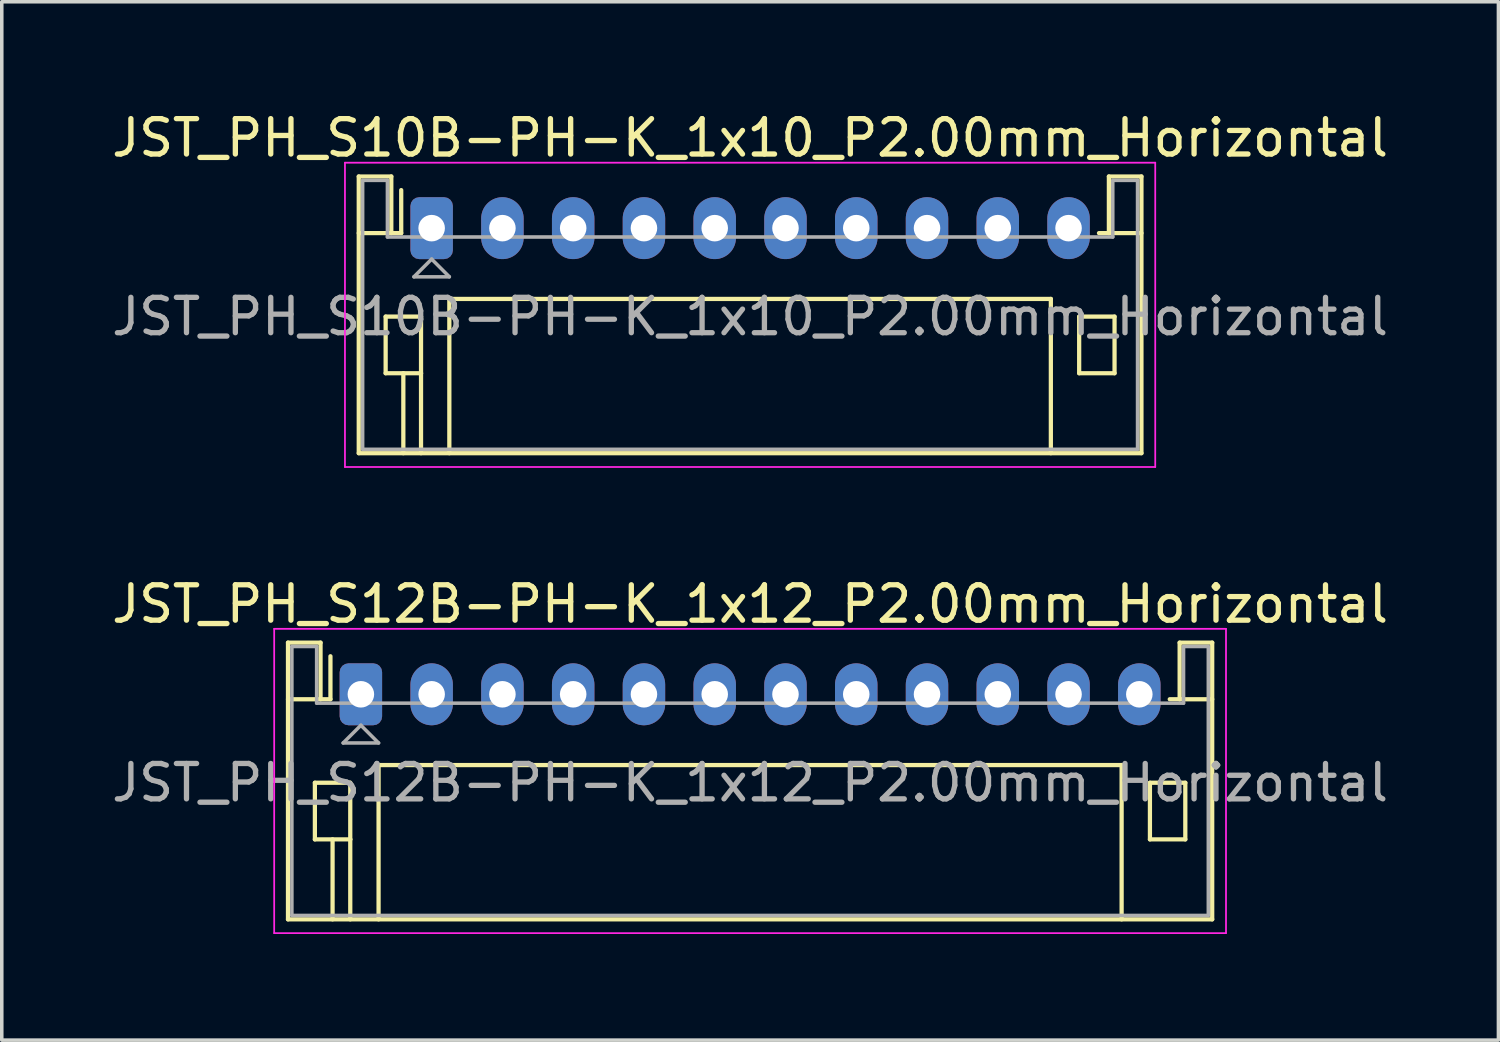
<source format=kicad_pcb>
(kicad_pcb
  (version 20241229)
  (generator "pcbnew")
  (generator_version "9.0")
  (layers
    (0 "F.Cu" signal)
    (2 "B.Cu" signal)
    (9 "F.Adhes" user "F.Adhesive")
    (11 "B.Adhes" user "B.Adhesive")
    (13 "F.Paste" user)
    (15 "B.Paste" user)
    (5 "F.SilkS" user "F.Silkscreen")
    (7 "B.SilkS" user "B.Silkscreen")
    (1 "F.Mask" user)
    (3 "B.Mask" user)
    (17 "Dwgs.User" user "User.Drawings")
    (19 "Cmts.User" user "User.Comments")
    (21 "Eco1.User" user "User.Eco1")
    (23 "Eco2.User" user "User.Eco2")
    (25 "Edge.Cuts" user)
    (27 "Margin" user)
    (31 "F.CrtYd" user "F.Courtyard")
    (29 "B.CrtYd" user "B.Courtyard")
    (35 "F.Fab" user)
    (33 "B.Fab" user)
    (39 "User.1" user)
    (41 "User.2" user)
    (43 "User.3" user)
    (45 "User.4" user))
  (footprint "JST_PH_S10B-PH-K_1x10_P2.00mm_Horizontal"
    (layer "F.Cu")
    (at 9.149 3.398)
    (property "Reference" "JST_PH_S10B-PH-K_1x10_P2.00mm_Horizontal" (at 9 -2.55 0) (layer "F.SilkS") (effects (font (size 1 1) (thickness 0.15))))
    (attr through_hole)
    (fp_line (start -2.06 -1.46) (end -2.06 6.36) (stroke (width 0.12) (type solid)) (layer "F.SilkS"))
    (fp_line (start -2.06 0.14) (end -1.14 0.14) (stroke (width 0.12) (type solid)) (layer "F.SilkS"))
    (fp_line (start -2.06 6.36) (end 20.06 6.36) (stroke (width 0.12) (type solid)) (layer "F.SilkS"))
    (fp_line (start -1.3 2.5) (end -1.3 4.1) (stroke (width 0.12) (type solid)) (layer "F.SilkS"))
    (fp_line (start -1.3 4.1) (end -0.3 4.1) (stroke (width 0.12) (type solid)) (layer "F.SilkS"))
    (fp_line (start -1.14 -1.46) (end -2.06 -1.46) (stroke (width 0.12) (type solid)) (layer "F.SilkS"))
    (fp_line (start -1.14 0.14) (end -1.14 -1.46) (stroke (width 0.12) (type solid)) (layer "F.SilkS"))
    (fp_line (start -0.86 0.14) (end -1.14 0.14) (stroke (width 0.12) (type solid)) (layer "F.SilkS"))
    (fp_line (start -0.86 0.14) (end -0.86 -1.075) (stroke (width 0.12) (type solid)) (layer "F.SilkS"))
    (fp_line (start -0.8 4.1) (end -0.8 6.36) (stroke (width 0.12) (type solid)) (layer "F.SilkS"))
    (fp_line (start -0.3 2.5) (end -1.3 2.5) (stroke (width 0.12) (type solid)) (layer "F.SilkS"))
    (fp_line (start -0.3 4.1) (end -0.3 2.5) (stroke (width 0.12) (type solid)) (layer "F.SilkS"))
    (fp_line (start -0.3 4.1) (end -0.3 6.36) (stroke (width 0.12) (type solid)) (layer "F.SilkS"))
    (fp_line (start 0.5 2) (end 17.5 2) (stroke (width 0.12) (type solid)) (layer "F.SilkS"))
    (fp_line (start 0.5 6.36) (end 0.5 2) (stroke (width 0.12) (type solid)) (layer "F.SilkS"))
    (fp_line (start 17.5 2) (end 17.5 6.36) (stroke (width 0.12) (type solid)) (layer "F.SilkS"))
    (fp_line (start 18.3 2.5) (end 19.3 2.5) (stroke (width 0.12) (type solid)) (layer "F.SilkS"))
    (fp_line (start 18.3 4.1) (end 18.3 2.5) (stroke (width 0.12) (type solid)) (layer "F.SilkS"))
    (fp_line (start 19.14 -1.46) (end 19.14 0.14) (stroke (width 0.12) (type solid)) (layer "F.SilkS"))
    (fp_line (start 19.14 0.14) (end 18.86 0.14) (stroke (width 0.12) (type solid)) (layer "F.SilkS"))
    (fp_line (start 19.3 2.5) (end 19.3 4.1) (stroke (width 0.12) (type solid)) (layer "F.SilkS"))
    (fp_line (start 19.3 4.1) (end 18.3 4.1) (stroke (width 0.12) (type solid)) (layer "F.SilkS"))
    (fp_line (start 20.06 -1.46) (end 19.14 -1.46) (stroke (width 0.12) (type solid)) (layer "F.SilkS"))
    (fp_line (start 20.06 0.14) (end 19.14 0.14) (stroke (width 0.12) (type solid)) (layer "F.SilkS"))
    (fp_line (start 20.06 6.36) (end 20.06 -1.46) (stroke (width 0.12) (type solid)) (layer "F.SilkS"))
    (fp_line (start -2.45 -1.85) (end -2.45 6.75) (stroke (width 0.05) (type solid)) (layer "F.CrtYd"))
    (fp_line (start -2.45 6.75) (end 20.45 6.75) (stroke (width 0.05) (type solid)) (layer "F.CrtYd"))
    (fp_line (start 20.45 -1.85) (end -2.45 -1.85) (stroke (width 0.05) (type solid)) (layer "F.CrtYd"))
    (fp_line (start 20.45 6.75) (end 20.45 -1.85) (stroke (width 0.05) (type solid)) (layer "F.CrtYd"))
    (fp_line (start -1.95 -1.35) (end -1.95 6.25) (stroke (width 0.1) (type solid)) (layer "F.Fab"))
    (fp_line (start -1.95 6.25) (end 19.95 6.25) (stroke (width 0.1) (type solid)) (layer "F.Fab"))
    (fp_line (start -1.25 -1.35) (end -1.95 -1.35) (stroke (width 0.1) (type solid)) (layer "F.Fab"))
    (fp_line (start -1.25 0.25) (end -1.25 -1.35) (stroke (width 0.1) (type solid)) (layer "F.Fab"))
    (fp_line (start -0.5 1.375) (end 0.5 1.375) (stroke (width 0.1) (type solid)) (layer "F.Fab"))
    (fp_line (start 0 0.875) (end -0.5 1.375) (stroke (width 0.1) (type solid)) (layer "F.Fab"))
    (fp_line (start 0.5 1.375) (end 0 0.875) (stroke (width 0.1) (type solid)) (layer "F.Fab"))
    (fp_line (start 19.25 -1.35) (end 19.25 0.25) (stroke (width 0.1) (type solid)) (layer "F.Fab"))
    (fp_line (start 19.25 0.25) (end -1.25 0.25) (stroke (width 0.1) (type solid)) (layer "F.Fab"))
    (fp_line (start 19.95 -1.35) (end 19.25 -1.35) (stroke (width 0.1) (type solid)) (layer "F.Fab"))
    (fp_line (start 19.95 6.25) (end 19.95 -1.35) (stroke (width 0.1) (type solid)) (layer "F.Fab"))
    (fp_text user "${REFERENCE}" (at 9 2.5 0) (layer "F.Fab") (effects (font (size 1 1) (thickness 0.15))))
    (pad "1" thru_hole roundrect (at 0 0) (size 1.2 1.75) (drill 0.75) (layers "*.Cu" "*.Mask") (roundrect_rratio 0.208))
    (pad "2" thru_hole oval (at 2 0) (size 1.2 1.75) (drill 0.75) (layers "*.Cu" "*.Mask"))
    (pad "3" thru_hole oval (at 4 0) (size 1.2 1.75) (drill 0.75) (layers "*.Cu" "*.Mask"))
    (pad "4" thru_hole oval (at 6 0) (size 1.2 1.75) (drill 0.75) (layers "*.Cu" "*.Mask"))
    (pad "5" thru_hole oval (at 8 0) (size 1.2 1.75) (drill 0.75) (layers "*.Cu" "*.Mask"))
    (pad "6" thru_hole oval (at 10 0) (size 1.2 1.75) (drill 0.75) (layers "*.Cu" "*.Mask"))
    (pad "7" thru_hole oval (at 12 0) (size 1.2 1.75) (drill 0.75) (layers "*.Cu" "*.Mask"))
    (pad "8" thru_hole oval (at 14 0) (size 1.2 1.75) (drill 0.75) (layers "*.Cu" "*.Mask"))
    (pad "9" thru_hole oval (at 16 0) (size 1.2 1.75) (drill 0.75) (layers "*.Cu" "*.Mask"))
    (pad "10" thru_hole oval (at 18 0) (size 1.2 1.75) (drill 0.75) (layers "*.Cu" "*.Mask")))
  (footprint "JST_PH_S12B-PH-K_1x12_P2.00mm_Horizontal"
    (layer "F.Cu")
    (at 7.149 16.572)
    (property "Reference" "JST_PH_S12B-PH-K_1x12_P2.00mm_Horizontal" (at 11 -2.55 0) (layer "F.SilkS") (effects (font (size 1 1) (thickness 0.15))))
    (attr through_hole)
    (fp_line (start -2.06 -1.46) (end -2.06 6.36) (stroke (width 0.12) (type solid)) (layer "F.SilkS"))
    (fp_line (start -2.06 0.14) (end -1.14 0.14) (stroke (width 0.12) (type solid)) (layer "F.SilkS"))
    (fp_line (start -2.06 6.36) (end 24.06 6.36) (stroke (width 0.12) (type solid)) (layer "F.SilkS"))
    (fp_line (start -1.3 2.5) (end -1.3 4.1) (stroke (width 0.12) (type solid)) (layer "F.SilkS"))
    (fp_line (start -1.3 4.1) (end -0.3 4.1) (stroke (width 0.12) (type solid)) (layer "F.SilkS"))
    (fp_line (start -1.14 -1.46) (end -2.06 -1.46) (stroke (width 0.12) (type solid)) (layer "F.SilkS"))
    (fp_line (start -1.14 0.14) (end -1.14 -1.46) (stroke (width 0.12) (type solid)) (layer "F.SilkS"))
    (fp_line (start -0.86 0.14) (end -1.14 0.14) (stroke (width 0.12) (type solid)) (layer "F.SilkS"))
    (fp_line (start -0.86 0.14) (end -0.86 -1.075) (stroke (width 0.12) (type solid)) (layer "F.SilkS"))
    (fp_line (start -0.8 4.1) (end -0.8 6.36) (stroke (width 0.12) (type solid)) (layer "F.SilkS"))
    (fp_line (start -0.3 2.5) (end -1.3 2.5) (stroke (width 0.12) (type solid)) (layer "F.SilkS"))
    (fp_line (start -0.3 4.1) (end -0.3 2.5) (stroke (width 0.12) (type solid)) (layer "F.SilkS"))
    (fp_line (start -0.3 4.1) (end -0.3 6.36) (stroke (width 0.12) (type solid)) (layer "F.SilkS"))
    (fp_line (start 0.5 2) (end 21.5 2) (stroke (width 0.12) (type solid)) (layer "F.SilkS"))
    (fp_line (start 0.5 6.36) (end 0.5 2) (stroke (width 0.12) (type solid)) (layer "F.SilkS"))
    (fp_line (start 21.5 2) (end 21.5 6.36) (stroke (width 0.12) (type solid)) (layer "F.SilkS"))
    (fp_line (start 22.3 2.5) (end 23.3 2.5) (stroke (width 0.12) (type solid)) (layer "F.SilkS"))
    (fp_line (start 22.3 4.1) (end 22.3 2.5) (stroke (width 0.12) (type solid)) (layer "F.SilkS"))
    (fp_line (start 23.14 -1.46) (end 23.14 0.14) (stroke (width 0.12) (type solid)) (layer "F.SilkS"))
    (fp_line (start 23.14 0.14) (end 22.86 0.14) (stroke (width 0.12) (type solid)) (layer "F.SilkS"))
    (fp_line (start 23.3 2.5) (end 23.3 4.1) (stroke (width 0.12) (type solid)) (layer "F.SilkS"))
    (fp_line (start 23.3 4.1) (end 22.3 4.1) (stroke (width 0.12) (type solid)) (layer "F.SilkS"))
    (fp_line (start 24.06 -1.46) (end 23.14 -1.46) (stroke (width 0.12) (type solid)) (layer "F.SilkS"))
    (fp_line (start 24.06 0.14) (end 23.14 0.14) (stroke (width 0.12) (type solid)) (layer "F.SilkS"))
    (fp_line (start 24.06 6.36) (end 24.06 -1.46) (stroke (width 0.12) (type solid)) (layer "F.SilkS"))
    (fp_line (start -2.45 -1.85) (end -2.45 6.75) (stroke (width 0.05) (type solid)) (layer "F.CrtYd"))
    (fp_line (start -2.45 6.75) (end 24.45 6.75) (stroke (width 0.05) (type solid)) (layer "F.CrtYd"))
    (fp_line (start 24.45 -1.85) (end -2.45 -1.85) (stroke (width 0.05) (type solid)) (layer "F.CrtYd"))
    (fp_line (start 24.45 6.75) (end 24.45 -1.85) (stroke (width 0.05) (type solid)) (layer "F.CrtYd"))
    (fp_line (start -1.95 -1.35) (end -1.95 6.25) (stroke (width 0.1) (type solid)) (layer "F.Fab"))
    (fp_line (start -1.95 6.25) (end 23.95 6.25) (stroke (width 0.1) (type solid)) (layer "F.Fab"))
    (fp_line (start -1.25 -1.35) (end -1.95 -1.35) (stroke (width 0.1) (type solid)) (layer "F.Fab"))
    (fp_line (start -1.25 0.25) (end -1.25 -1.35) (stroke (width 0.1) (type solid)) (layer "F.Fab"))
    (fp_line (start -0.5 1.375) (end 0.5 1.375) (stroke (width 0.1) (type solid)) (layer "F.Fab"))
    (fp_line (start 0 0.875) (end -0.5 1.375) (stroke (width 0.1) (type solid)) (layer "F.Fab"))
    (fp_line (start 0.5 1.375) (end 0 0.875) (stroke (width 0.1) (type solid)) (layer "F.Fab"))
    (fp_line (start 23.25 -1.35) (end 23.25 0.25) (stroke (width 0.1) (type solid)) (layer "F.Fab"))
    (fp_line (start 23.25 0.25) (end -1.25 0.25) (stroke (width 0.1) (type solid)) (layer "F.Fab"))
    (fp_line (start 23.95 -1.35) (end 23.25 -1.35) (stroke (width 0.1) (type solid)) (layer "F.Fab"))
    (fp_line (start 23.95 6.25) (end 23.95 -1.35) (stroke (width 0.1) (type solid)) (layer "F.Fab"))
    (fp_text user "${REFERENCE}" (at 11 2.5 0) (layer "F.Fab") (effects (font (size 1 1) (thickness 0.15))))
    (pad "1" thru_hole roundrect (at 0 0) (size 1.2 1.75) (drill 0.75) (layers "*.Cu" "*.Mask") (roundrect_rratio 0.208))
    (pad "2" thru_hole oval (at 2 0) (size 1.2 1.75) (drill 0.75) (layers "*.Cu" "*.Mask"))
    (pad "3" thru_hole oval (at 4 0) (size 1.2 1.75) (drill 0.75) (layers "*.Cu" "*.Mask"))
    (pad "4" thru_hole oval (at 6 0) (size 1.2 1.75) (drill 0.75) (layers "*.Cu" "*.Mask"))
    (pad "5" thru_hole oval (at 8 0) (size 1.2 1.75) (drill 0.75) (layers "*.Cu" "*.Mask"))
    (pad "6" thru_hole oval (at 10 0) (size 1.2 1.75) (drill 0.75) (layers "*.Cu" "*.Mask"))
    (pad "7" thru_hole oval (at 12 0) (size 1.2 1.75) (drill 0.75) (layers "*.Cu" "*.Mask"))
    (pad "8" thru_hole oval (at 14 0) (size 1.2 1.75) (drill 0.75) (layers "*.Cu" "*.Mask"))
    (pad "9" thru_hole oval (at 16 0) (size 1.2 1.75) (drill 0.75) (layers "*.Cu" "*.Mask"))
    (pad "10" thru_hole oval (at 18 0) (size 1.2 1.75) (drill 0.75) (layers "*.Cu" "*.Mask"))
    (pad "11" thru_hole oval (at 20 0) (size 1.2 1.75) (drill 0.75) (layers "*.Cu" "*.Mask"))
    (pad "12" thru_hole oval (at 22 0) (size 1.2 1.75) (drill 0.75) (layers "*.Cu" "*.Mask")))
  (gr_rect
    (start -3 -3)
    (end 39.298 26.346)
    (stroke (width 0.1) (type default))
    (fill no)
    (layer "Edge.Cuts")))
</source>
